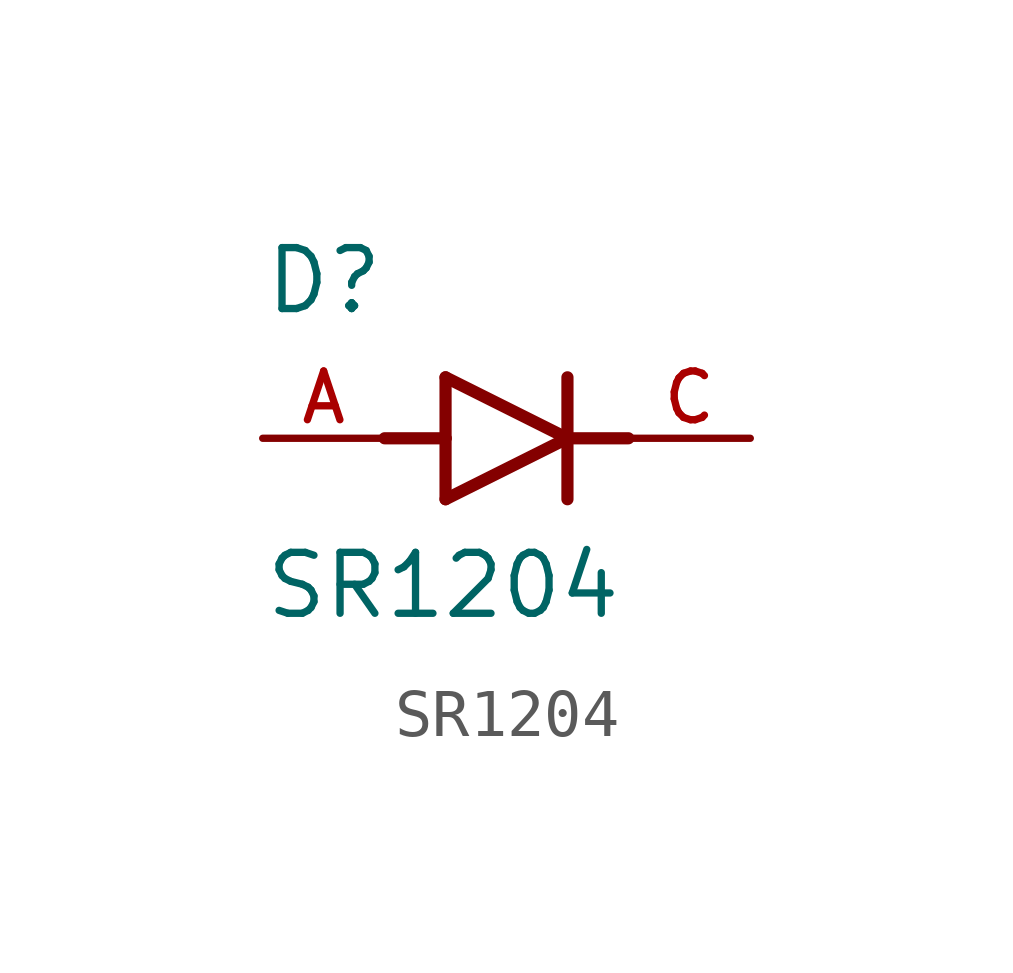
<source format=kicad_sym>
(kicad_symbol_lib
  (version 20211014)
  (generator kicad_symbol_editor)
  (symbol "SR1204"
    (pin_names
      (offset 1.016))
    (property "Reference" "D"
      (at -5.08 2.54 0)
      (effects (font (size 1.27 1.27)) (justify bottom left)))
    (property "Value" "SR1204"
      (at -5.08 -3.81 0)
      (effects (font (size 1.27 1.27)) (justify bottom left)))
    (symbol "SR1204_0_0"
      (polyline (pts (xy -1.27 -1.27) (xy 1.27 0.0)) (stroke (width 0.254)))
      (polyline (pts (xy 1.27 0.0) (xy -1.27 1.27)) (stroke (width 0.254)))
      (polyline (pts (xy 1.27 1.27) (xy 1.27 0.0)) (stroke (width 0.254)))
      (polyline (pts (xy -1.27 1.27) (xy -1.27 0.0)) (stroke (width 0.254)))
      (polyline (pts (xy -1.27 0.0) (xy -1.27 -1.27)) (stroke (width 0.254)))
      (polyline (pts (xy 1.27 0.0) (xy 1.27 -1.27)) (stroke (width 0.254)))
      (polyline (pts (xy -2.54 0.0) (xy -1.27 0.0)) (stroke (width 0.254)))
      (polyline (pts (xy 1.27 0.0) (xy 2.54 0.0)) (stroke (width 0.254)))
      (pin passive line (at 5.08 0.0 180.0) (length 2.54) (name "~" (effects (font (size 1.016 1.016)))) (number "C" (effects (font (size 1.016 1.016)))))
      (pin passive line (at -5.08 0.0 0) (length 2.54) (name "~" (effects (font (size 1.016 1.016)))) (number "A" (effects (font (size 1.016 1.016))))))))
</source>
